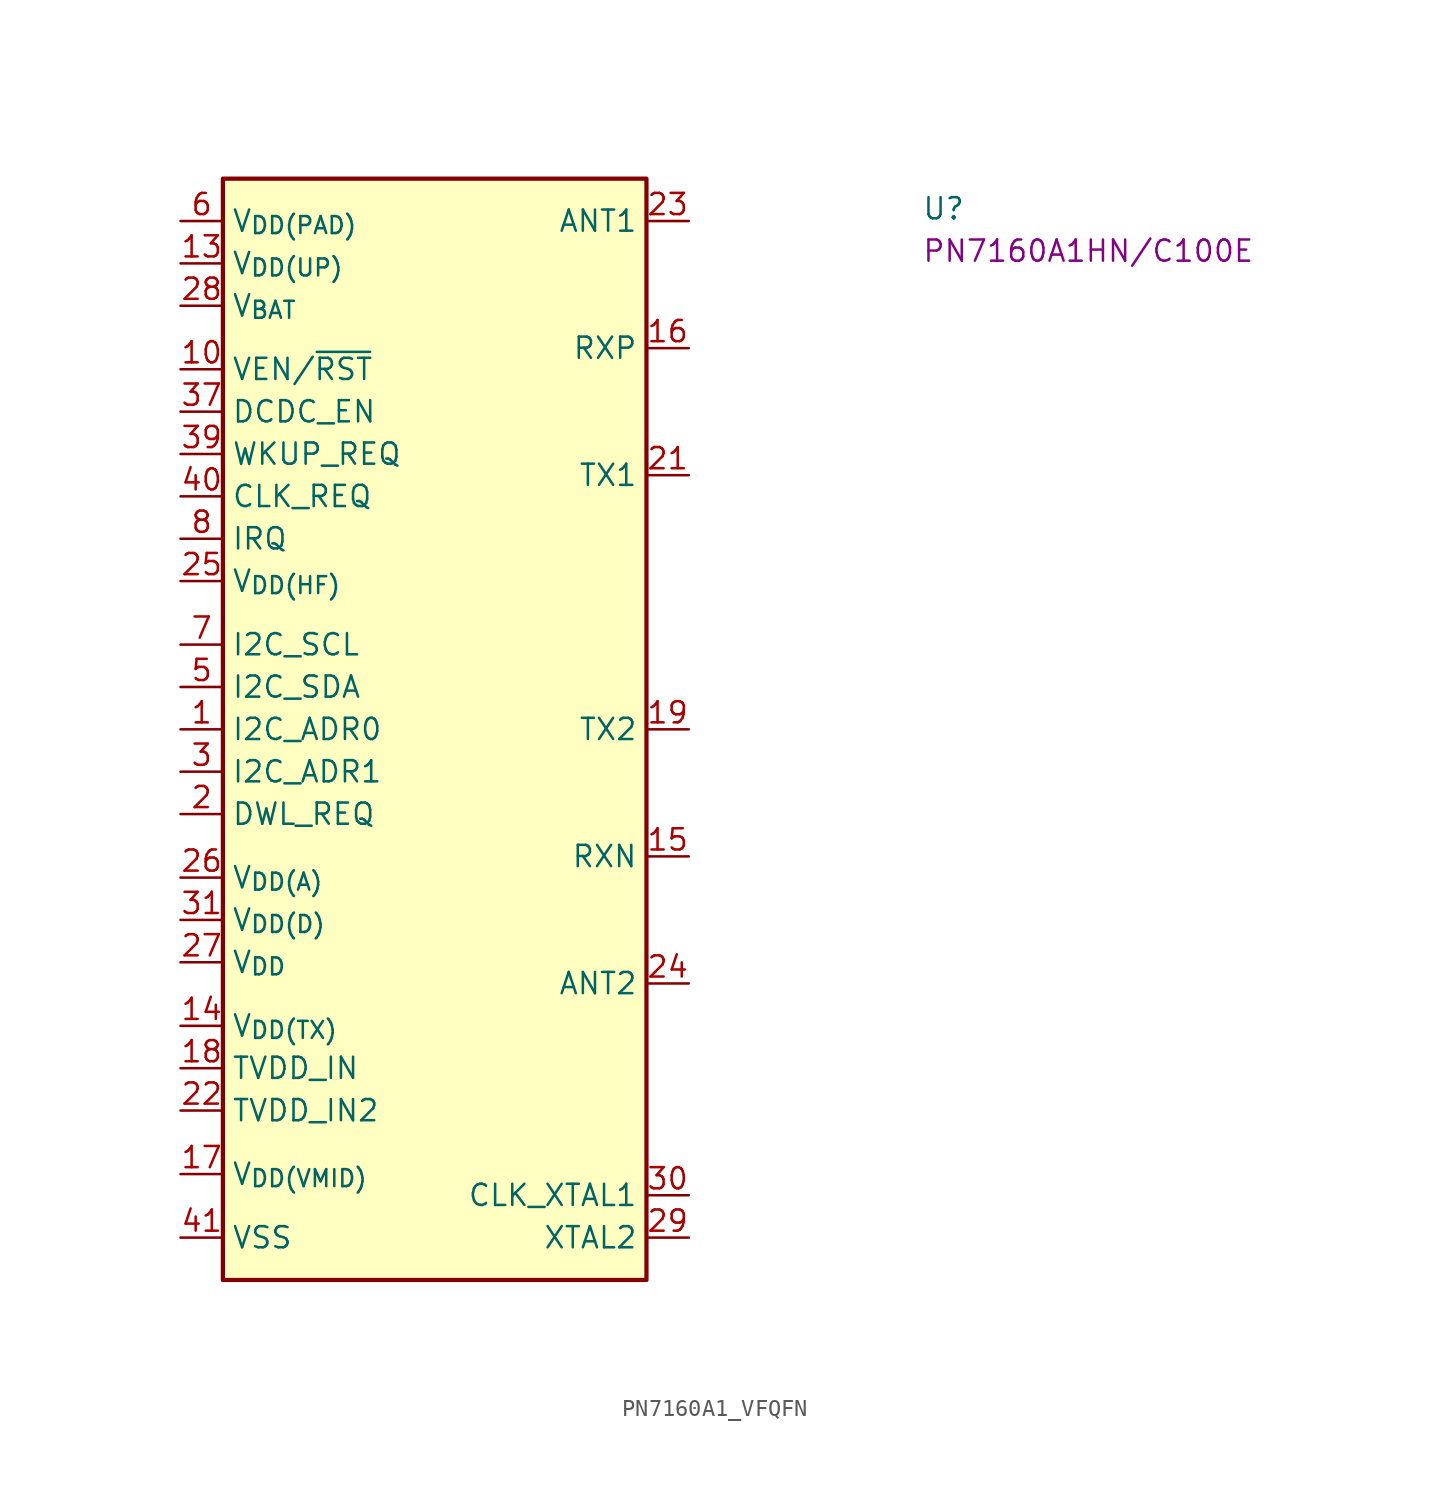
<source format=kicad_sym>
(kicad_symbol_lib
  (version 20220914)
  (generator kicad_symbol_editor)
  (symbol "PN7160A1_VFQFN"
    (property "Reference" "U"
      (at 44.45 0 0)
      (effects (font (size 1.27 1.27) (thickness 0.15)) (justify left bottom)))
    (property "MPN" "PN7160A1HN/C100E"
      (at 44.45 -2.54 0)
      (effects (font (size 1.27 1.27) (thickness 0.15)) (justify left bottom)))
    (symbol "PN7160A1_VFQFN_1_1"
      (rectangle (start 2.54 2.54) (end 27.94 -63.5) (stroke (width 0.254) (type default)) (fill (type background)))
      (pin bidirectional line (at 0 -30.48 0) (length 2.54) (name "I2C_ADR0" (effects (font (size 1.27 1.27)))) (number "1" (effects (font (size 1.27 1.27)))))
      (pin input line (at 0 -8.89 0) (length 2.54) (name "VEN/~{RST}" (effects (font (size 1.27 1.27)))) (number "10" (effects (font (size 1.27 1.27)))))
      (pin no_connect line (at 27.94 -20.32 180) (length 2.54) hide (name "IC" (effects (font (size 1.27 1.27)))) (number "11" (effects (font (size 1.27 1.27)))))
      (pin passive line (at 0 -5.08 0) (length 2.54) hide (name "V_{BAT}" (effects (font (size 1.27 1.27)))) (number "12" (effects (font (size 1.27 1.27)))))
      (pin power_in line (at 0 -2.54 0) (length 2.54) (name "V_{DD(UP)}" (effects (font (size 1.27 1.27)))) (number "13" (effects (font (size 1.27 1.27)))))
      (pin power_in line (at 0 -48.26 0) (length 2.54) (name "V_{DD(TX)}" (effects (font (size 1.27 1.27)))) (number "14" (effects (font (size 1.27 1.27)))))
      (pin input line (at 30.48 -38.1 180) (length 2.54) (name "RXN" (effects (font (size 1.27 1.27)))) (number "15" (effects (font (size 1.27 1.27)))))
      (pin input line (at 30.48 -7.62 180) (length 2.54) (name "RXP" (effects (font (size 1.27 1.27)))) (number "16" (effects (font (size 1.27 1.27)))))
      (pin power_in line (at 0 -57.15 0) (length 2.54) (name "V_{DD(VMID)}" (effects (font (size 1.27 1.27)))) (number "17" (effects (font (size 1.27 1.27)))))
      (pin power_in line (at 0 -50.8 0) (length 2.54) (name "TVDD_IN" (effects (font (size 1.27 1.27)))) (number "18" (effects (font (size 1.27 1.27)))))
      (pin output line (at 30.48 -30.48 180) (length 2.54) (name "TX2" (effects (font (size 1.27 1.27)))) (number "19" (effects (font (size 1.27 1.27)))))
      (pin input line (at 0 -35.56 0) (length 2.54) (name "DWL_REQ" (effects (font (size 1.27 1.27)))) (number "2" (effects (font (size 1.27 1.27)))))
      (pin power_out line (at 0 -60.96 0) (length 2.54) hide (name "VSS" (effects (font (size 1.27 1.27)))) (number "20" (effects (font (size 1.27 1.27)))))
      (pin output line (at 30.48 -15.24 180) (length 2.54) (name "TX1" (effects (font (size 1.27 1.27)))) (number "21" (effects (font (size 1.27 1.27)))))
      (pin power_in line (at 0 -53.34 0) (length 2.54) (name "TVDD_IN2" (effects (font (size 1.27 1.27)))) (number "22" (effects (font (size 1.27 1.27)))))
      (pin bidirectional line (at 30.48 0 180) (length 2.54) (name "ANT1" (effects (font (size 1.27 1.27)))) (number "23" (effects (font (size 1.27 1.27)))))
      (pin bidirectional line (at 30.48 -45.72 180) (length 2.54) (name "ANT2" (effects (font (size 1.27 1.27)))) (number "24" (effects (font (size 1.27 1.27)))))
      (pin power_in line (at 0 -21.59 0) (length 2.54) (name "V_{DD(HF)}" (effects (font (size 1.27 1.27)))) (number "25" (effects (font (size 1.27 1.27)))))
      (pin power_in line (at 0 -39.37 0) (length 2.54) (name "V_{DD(A)}" (effects (font (size 1.27 1.27)))) (number "26" (effects (font (size 1.27 1.27)))))
      (pin power_in line (at 0 -44.45 0) (length 2.54) (name "V_{DD}" (effects (font (size 1.27 1.27)))) (number "27" (effects (font (size 1.27 1.27)))))
      (pin power_in line (at 0 -5.08 0) (length 2.54) (name "V_{BAT}" (effects (font (size 1.27 1.27)))) (number "28" (effects (font (size 1.27 1.27)))))
      (pin output line (at 30.48 -60.96 180) (length 2.54) (name "XTAL2" (effects (font (size 1.27 1.27)))) (number "29" (effects (font (size 1.27 1.27)))))
      (pin bidirectional line (at 0 -33.02 0) (length 2.54) (name "I2C_ADR1" (effects (font (size 1.27 1.27)))) (number "3" (effects (font (size 1.27 1.27)))))
      (pin input line (at 30.48 -58.42 180) (length 2.54) (name "CLK_XTAL1" (effects (font (size 1.27 1.27)))) (number "30" (effects (font (size 1.27 1.27)))))
      (pin power_in line (at 0 -41.91 0) (length 2.54) (name "V_{DD(D)}" (effects (font (size 1.27 1.27)))) (number "31" (effects (font (size 1.27 1.27)))))
      (pin no_connect line (at 27.94 -21.59 180) (length 2.54) hide (name "NC" (effects (font (size 1.27 1.27)))) (number "32" (effects (font (size 1.27 1.27)))))
      (pin no_connect line (at 27.94 -22.86 180) (length 2.54) hide (name "NC" (effects (font (size 1.27 1.27)))) (number "33" (effects (font (size 1.27 1.27)))))
      (pin no_connect line (at 27.94 -24.13 180) (length 2.54) hide (name "NC" (effects (font (size 1.27 1.27)))) (number "34" (effects (font (size 1.27 1.27)))))
      (pin no_connect line (at 27.94 -25.4 180) (length 2.54) hide (name "NC" (effects (font (size 1.27 1.27)))) (number "35" (effects (font (size 1.27 1.27)))))
      (pin no_connect line (at 27.94 -26.67 180) (length 2.54) hide (name "NC" (effects (font (size 1.27 1.27)))) (number "36" (effects (font (size 1.27 1.27)))))
      (pin output line (at 0 -11.43 0) (length 2.54) (name "DCDC_EN" (effects (font (size 1.27 1.27)))) (number "37" (effects (font (size 1.27 1.27)))))
      (pin no_connect line (at 27.94 -19.05 180) (length 2.54) hide (name "IC" (effects (font (size 1.27 1.27)))) (number "38" (effects (font (size 1.27 1.27)))))
      (pin input line (at 0 -13.97 0) (length 2.54) (name "WKUP_REQ" (effects (font (size 1.27 1.27)))) (number "39" (effects (font (size 1.27 1.27)))))
      (pin power_out line (at 0 -60.96 0) (length 2.54) hide (name "VSS" (effects (font (size 1.27 1.27)))) (number "4" (effects (font (size 1.27 1.27)))))
      (pin output line (at 0 -16.51 0) (length 2.54) (name "CLK_REQ" (effects (font (size 1.27 1.27)))) (number "40" (effects (font (size 1.27 1.27)))))
      (pin passive line (at 0 -60.96 0) (length 2.54) (name "VSS" (effects (font (size 1.27 1.27)))) (number "41" (effects (font (size 1.27 1.27)))))
      (pin bidirectional line (at 0 -27.94 0) (length 2.54) (name "I2C_SDA" (effects (font (size 1.27 1.27)))) (number "5" (effects (font (size 1.27 1.27)))))
      (pin power_in line (at 0 0 0) (length 2.54) (name "V_{DD(PAD)}" (effects (font (size 1.27 1.27)))) (number "6" (effects (font (size 1.27 1.27)))))
      (pin bidirectional line (at 0 -25.4 0) (length 2.54) (name "I2C_SCL" (effects (font (size 1.27 1.27)))) (number "7" (effects (font (size 1.27 1.27)))))
      (pin output line (at 0 -19.05 0) (length 2.54) (name "IRQ" (effects (font (size 1.27 1.27)))) (number "8" (effects (font (size 1.27 1.27)))))
      (pin power_out line (at 0 -60.96 0) (length 2.54) hide (name "VSS" (effects (font (size 1.27 1.27)))) (number "9" (effects (font (size 1.27 1.27))))))))
</source>
